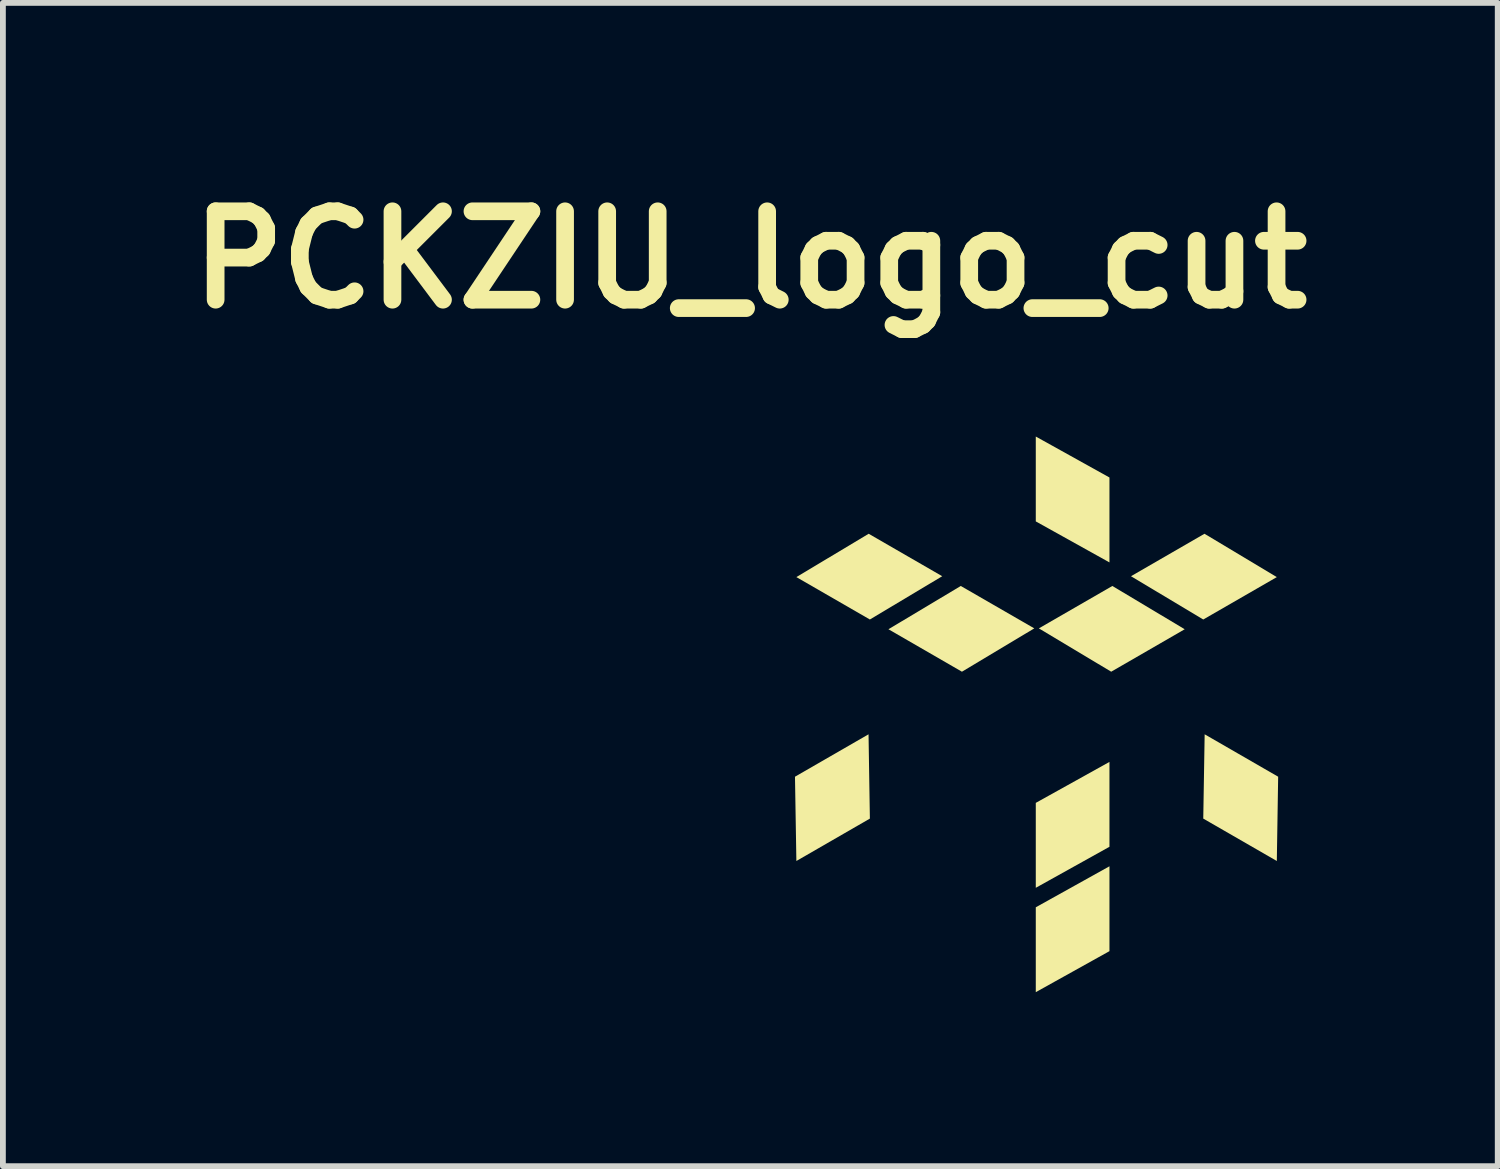
<source format=kicad_pcb>
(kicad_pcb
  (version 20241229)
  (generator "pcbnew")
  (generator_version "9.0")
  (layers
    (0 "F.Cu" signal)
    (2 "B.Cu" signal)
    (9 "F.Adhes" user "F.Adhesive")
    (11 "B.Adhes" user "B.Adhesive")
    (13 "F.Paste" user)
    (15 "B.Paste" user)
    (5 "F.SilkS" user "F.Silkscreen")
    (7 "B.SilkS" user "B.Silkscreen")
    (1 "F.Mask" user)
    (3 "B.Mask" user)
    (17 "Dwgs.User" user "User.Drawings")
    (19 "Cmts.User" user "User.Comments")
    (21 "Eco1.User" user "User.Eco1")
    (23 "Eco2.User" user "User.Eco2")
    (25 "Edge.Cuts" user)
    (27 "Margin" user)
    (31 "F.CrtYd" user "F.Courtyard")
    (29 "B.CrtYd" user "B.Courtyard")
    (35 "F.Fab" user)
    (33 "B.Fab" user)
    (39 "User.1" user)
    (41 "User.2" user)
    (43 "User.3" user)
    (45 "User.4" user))
  (footprint "PCKZIU_logo_cut"
    (layer "F.Cu")
    (at 9.884 4.422)
    (property "Reference" "PCKZIU_logo_cut" (at 0 -2.995 0) (layer "F.SilkS") (effects (font (size 1.524 1.524) (thickness 0.305))))
    (attr exclude_from_pos_files exclude_from_bom)
    (fp_poly (pts (xy 2.061 3.207) (xy 0.794 2.476) (xy 2.04 1.729) (xy 3.308 2.461) (xy 2.061 3.207)) (stroke (width 0) (type solid)) (fill yes) (layer "F.SilkS"))
    (fp_poly (pts (xy 2.061 6.639) (xy 0.794 7.37) (xy 0.77 5.917) (xy 2.038 5.186) (xy 2.061 6.639)) (stroke (width 0) (type solid)) (fill yes) (layer "F.SilkS"))
    (fp_poly (pts (xy 3.648 4.107) (xy 2.381 3.375) (xy 3.628 2.629) (xy 4.895 3.36) (xy 3.648 4.107)) (stroke (width 0) (type solid)) (fill yes) (layer "F.SilkS"))
    (fp_poly (pts (xy 4.921 1.516) (xy 4.921 0.053) (xy 6.191 0.759) (xy 6.191 2.223) (xy 4.921 1.516)) (stroke (width 0) (type solid)) (fill yes) (layer "F.SilkS"))
    (fp_poly (pts (xy 4.921 6.368) (xy 4.921 7.832) (xy 6.191 7.125) (xy 6.191 5.662) (xy 4.921 6.368)) (stroke (width 0) (type solid)) (fill yes) (layer "F.SilkS"))
    (fp_poly (pts (xy 4.921 8.168) (xy 4.921 9.631) (xy 6.191 8.924) (xy 6.191 7.461) (xy 4.921 8.168)) (stroke (width 0) (type solid)) (fill yes) (layer "F.SilkS"))
    (fp_poly (pts (xy 6.221 4.107) (xy 7.488 3.375) (xy 6.241 2.629) (xy 4.974 3.36) (xy 6.221 4.107)) (stroke (width 0) (type solid)) (fill yes) (layer "F.SilkS"))
    (fp_poly (pts (xy 7.808 3.207) (xy 9.076 2.476) (xy 7.829 1.729) (xy 6.562 2.461) (xy 7.808 3.207)) (stroke (width 0) (type solid)) (fill yes) (layer "F.SilkS"))
    (fp_poly (pts (xy 7.808 6.639) (xy 9.076 7.37) (xy 9.099 5.917) (xy 7.832 5.186) (xy 7.808 6.639)) (stroke (width 0) (type solid)) (fill yes) (layer "F.SilkS"))
    (fp_poly (pts (xy 2.061 3.207) (xy 0.794 2.476) (xy 0.77 3.929) (xy 2.038 4.66) (xy 2.061 3.207)) (stroke (width 0.00001) (type solid)) (fill no) (layer "Edge.Cuts"))
    (fp_poly (pts (xy 2.061 6.639) (xy 0.794 7.37) (xy 2.04 8.117) (xy 3.308 7.386) (xy 2.061 6.639)) (stroke (width 0.00001) (type solid)) (fill no) (layer "Edge.Cuts"))
    (fp_poly (pts (xy 3.648 4.107) (xy 2.381 3.375) (xy 2.358 4.828) (xy 3.625 5.56) (xy 3.648 4.107)) (stroke (width 0.00001) (type solid)) (fill no) (layer "Edge.Cuts"))
    (fp_poly (pts (xy 4.921 1.516) (xy 4.921 0.053) (xy 3.651 0.759) (xy 3.651 2.223) (xy 4.921 1.516)) (stroke (width 0.00001) (type solid)) (fill no) (layer "Edge.Cuts"))
    (fp_poly (pts (xy 4.921 6.368) (xy 4.921 7.832) (xy 3.651 7.125) (xy 3.651 5.662) (xy 4.921 6.368)) (stroke (width 0.00001) (type solid)) (fill no) (layer "Edge.Cuts"))
    (fp_poly (pts (xy 4.921 8.168) (xy 4.921 9.631) (xy 3.651 8.924) (xy 3.651 7.461) (xy 4.921 8.168)) (stroke (width 0.00001) (type solid)) (fill no) (layer "Edge.Cuts"))
    (fp_poly (pts (xy 6.221 4.107) (xy 7.488 3.375) (xy 7.511 4.828) (xy 6.244 5.56) (xy 6.221 4.107)) (stroke (width 0.00001) (type solid)) (fill no) (layer "Edge.Cuts"))
    (fp_poly (pts (xy 7.808 3.207) (xy 9.076 2.476) (xy 9.099 3.929) (xy 7.832 4.66) (xy 7.808 3.207)) (stroke (width 0.00001) (type solid)) (fill no) (layer "Edge.Cuts"))
    (fp_poly (pts (xy 7.808 6.639) (xy 9.076 7.37) (xy 7.829 8.117) (xy 6.562 7.386) (xy 7.808 6.639)) (stroke (width 0.00001) (type solid)) (fill no) (layer "Edge.Cuts")))
  (gr_rect
    (start -3 -3)
    (end 22.768 17.052)
    (stroke (width 0.1) (type default))
    (fill no)
    (layer "Edge.Cuts")))
</source>
